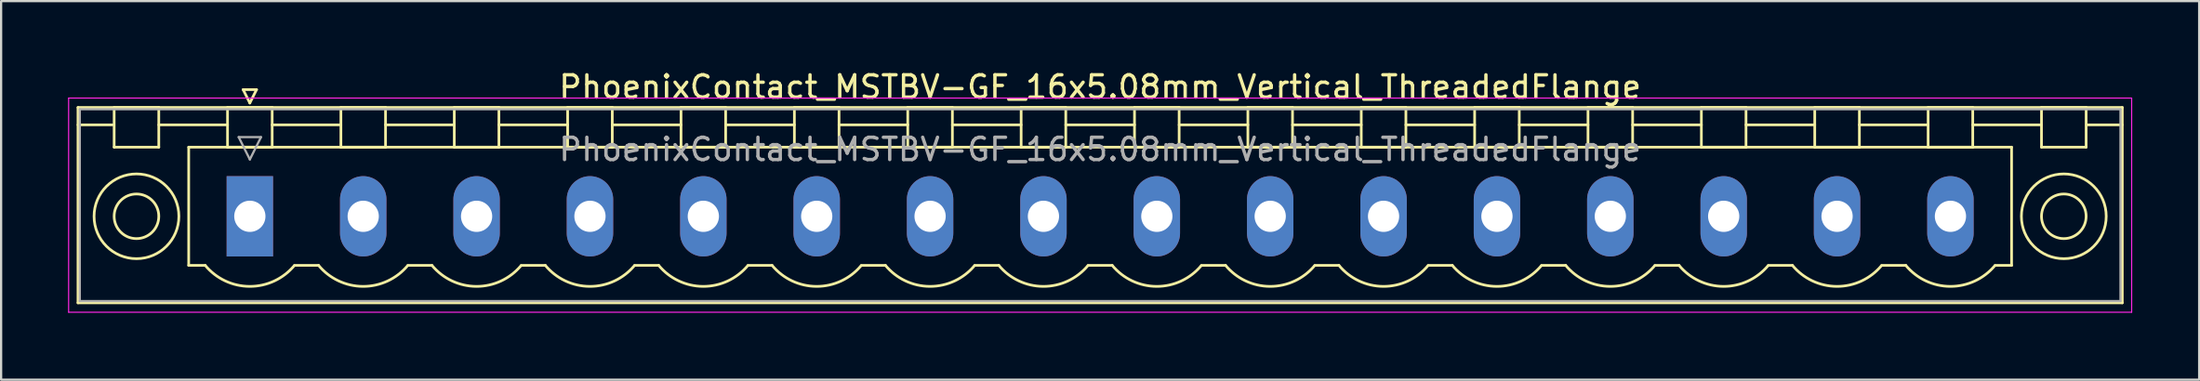
<source format=kicad_pcb>
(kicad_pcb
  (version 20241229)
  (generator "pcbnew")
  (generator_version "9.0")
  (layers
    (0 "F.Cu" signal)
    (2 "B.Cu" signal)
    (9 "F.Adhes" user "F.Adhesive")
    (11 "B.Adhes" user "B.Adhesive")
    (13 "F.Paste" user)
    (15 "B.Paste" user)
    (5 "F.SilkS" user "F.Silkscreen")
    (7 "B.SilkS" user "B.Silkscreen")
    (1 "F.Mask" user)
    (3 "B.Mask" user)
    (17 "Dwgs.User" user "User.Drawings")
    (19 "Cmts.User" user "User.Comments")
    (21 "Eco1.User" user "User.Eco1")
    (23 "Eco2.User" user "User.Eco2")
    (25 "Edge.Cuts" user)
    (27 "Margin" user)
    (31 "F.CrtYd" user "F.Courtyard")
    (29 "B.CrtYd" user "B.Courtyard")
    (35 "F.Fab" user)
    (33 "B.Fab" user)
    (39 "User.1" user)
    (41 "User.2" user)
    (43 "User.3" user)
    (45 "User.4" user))
  (footprint "PhoenixContact_MSTBV-GF_16x5.08mm_Vertical_ThreadedFlange"
    (layer "F.Cu")
    (at 8.145 6.648)
    (property "Reference" "PhoenixContact_MSTBV-GF_16x5.08mm_Vertical_ThreadedFlange" (at 38.1 -5.8 0) (layer "F.SilkS") (effects (font (size 1 1) (thickness 0.15))))
    (attr through_hole)
    (fp_line (start -7.7 -4.88) (end -7.7 3.88) (stroke (width 0.12) (type solid)) (layer "F.SilkS"))
    (fp_line (start -7.7 -4.1) (end -6.16 -4.1) (stroke (width 0.12) (type solid)) (layer "F.SilkS"))
    (fp_line (start -7.7 3.88) (end 83.9 3.88) (stroke (width 0.12) (type solid)) (layer "F.SilkS"))
    (fp_line (start -6.08 -4.88) (end -4.08 -4.88) (stroke (width 0.12) (type solid)) (layer "F.SilkS"))
    (fp_line (start -6.08 -3.1) (end -6.08 -4.88) (stroke (width 0.12) (type solid)) (layer "F.SilkS"))
    (fp_line (start -4.08 -4.88) (end -4.08 -3.1) (stroke (width 0.12) (type solid)) (layer "F.SilkS"))
    (fp_line (start -4.08 -4.1) (end -1 -4.1) (stroke (width 0.12) (type solid)) (layer "F.SilkS"))
    (fp_line (start -4.08 -3.1) (end -6.08 -3.1) (stroke (width 0.12) (type solid)) (layer "F.SilkS"))
    (fp_line (start -2.74 -3.1) (end 78.94 -3.1) (stroke (width 0.12) (type solid)) (layer "F.SilkS"))
    (fp_line (start -2.74 2.2) (end -2.74 -3.1) (stroke (width 0.12) (type solid)) (layer "F.SilkS"))
    (fp_line (start -2 2.2) (end -2.74 2.2) (stroke (width 0.12) (type solid)) (layer "F.SilkS"))
    (fp_line (start -1 -4.88) (end 1 -4.88) (stroke (width 0.12) (type solid)) (layer "F.SilkS"))
    (fp_line (start -1 -3.1) (end -1 -4.88) (stroke (width 0.12) (type solid)) (layer "F.SilkS"))
    (fp_line (start -0.3 -5.68) (end 0.3 -5.68) (stroke (width 0.12) (type solid)) (layer "F.SilkS"))
    (fp_line (start 0 -5.08) (end -0.3 -5.68) (stroke (width 0.12) (type solid)) (layer "F.SilkS"))
    (fp_line (start 0.3 -5.68) (end 0 -5.08) (stroke (width 0.12) (type solid)) (layer "F.SilkS"))
    (fp_line (start 1 -4.88) (end 1 -3.1) (stroke (width 0.12) (type solid)) (layer "F.SilkS"))
    (fp_line (start 1 -4.1) (end 4.08 -4.1) (stroke (width 0.12) (type solid)) (layer "F.SilkS"))
    (fp_line (start 1 -3.1) (end -1 -3.1) (stroke (width 0.12) (type solid)) (layer "F.SilkS"))
    (fp_line (start 2 2.2) (end 3.08 2.2) (stroke (width 0.12) (type solid)) (layer "F.SilkS"))
    (fp_line (start 4.08 -4.88) (end 6.08 -4.88) (stroke (width 0.12) (type solid)) (layer "F.SilkS"))
    (fp_line (start 4.08 -3.1) (end 4.08 -4.88) (stroke (width 0.12) (type solid)) (layer "F.SilkS"))
    (fp_line (start 6.08 -4.88) (end 6.08 -3.1) (stroke (width 0.12) (type solid)) (layer "F.SilkS"))
    (fp_line (start 6.08 -4.1) (end 9.16 -4.1) (stroke (width 0.12) (type solid)) (layer "F.SilkS"))
    (fp_line (start 6.08 -3.1) (end 4.08 -3.1) (stroke (width 0.12) (type solid)) (layer "F.SilkS"))
    (fp_line (start 7.08 2.2) (end 8.16 2.2) (stroke (width 0.12) (type solid)) (layer "F.SilkS"))
    (fp_line (start 9.16 -4.88) (end 11.16 -4.88) (stroke (width 0.12) (type solid)) (layer "F.SilkS"))
    (fp_line (start 9.16 -3.1) (end 9.16 -4.88) (stroke (width 0.12) (type solid)) (layer "F.SilkS"))
    (fp_line (start 11.16 -4.88) (end 11.16 -3.1) (stroke (width 0.12) (type solid)) (layer "F.SilkS"))
    (fp_line (start 11.16 -4.1) (end 14.24 -4.1) (stroke (width 0.12) (type solid)) (layer "F.SilkS"))
    (fp_line (start 11.16 -3.1) (end 9.16 -3.1) (stroke (width 0.12) (type solid)) (layer "F.SilkS"))
    (fp_line (start 12.16 2.2) (end 13.24 2.2) (stroke (width 0.12) (type solid)) (layer "F.SilkS"))
    (fp_line (start 14.24 -4.88) (end 16.24 -4.88) (stroke (width 0.12) (type solid)) (layer "F.SilkS"))
    (fp_line (start 14.24 -3.1) (end 14.24 -4.88) (stroke (width 0.12) (type solid)) (layer "F.SilkS"))
    (fp_line (start 16.24 -4.88) (end 16.24 -3.1) (stroke (width 0.12) (type solid)) (layer "F.SilkS"))
    (fp_line (start 16.24 -4.1) (end 19.32 -4.1) (stroke (width 0.12) (type solid)) (layer "F.SilkS"))
    (fp_line (start 16.24 -3.1) (end 14.24 -3.1) (stroke (width 0.12) (type solid)) (layer "F.SilkS"))
    (fp_line (start 17.24 2.2) (end 18.32 2.2) (stroke (width 0.12) (type solid)) (layer "F.SilkS"))
    (fp_line (start 19.32 -4.88) (end 21.32 -4.88) (stroke (width 0.12) (type solid)) (layer "F.SilkS"))
    (fp_line (start 19.32 -3.1) (end 19.32 -4.88) (stroke (width 0.12) (type solid)) (layer "F.SilkS"))
    (fp_line (start 21.32 -4.88) (end 21.32 -3.1) (stroke (width 0.12) (type solid)) (layer "F.SilkS"))
    (fp_line (start 21.32 -4.1) (end 24.4 -4.1) (stroke (width 0.12) (type solid)) (layer "F.SilkS"))
    (fp_line (start 21.32 -3.1) (end 19.32 -3.1) (stroke (width 0.12) (type solid)) (layer "F.SilkS"))
    (fp_line (start 22.32 2.2) (end 23.4 2.2) (stroke (width 0.12) (type solid)) (layer "F.SilkS"))
    (fp_line (start 24.4 -4.88) (end 26.4 -4.88) (stroke (width 0.12) (type solid)) (layer "F.SilkS"))
    (fp_line (start 24.4 -3.1) (end 24.4 -4.88) (stroke (width 0.12) (type solid)) (layer "F.SilkS"))
    (fp_line (start 26.4 -4.88) (end 26.4 -3.1) (stroke (width 0.12) (type solid)) (layer "F.SilkS"))
    (fp_line (start 26.4 -4.1) (end 29.48 -4.1) (stroke (width 0.12) (type solid)) (layer "F.SilkS"))
    (fp_line (start 26.4 -3.1) (end 24.4 -3.1) (stroke (width 0.12) (type solid)) (layer "F.SilkS"))
    (fp_line (start 27.4 2.2) (end 28.48 2.2) (stroke (width 0.12) (type solid)) (layer "F.SilkS"))
    (fp_line (start 29.48 -4.88) (end 31.48 -4.88) (stroke (width 0.12) (type solid)) (layer "F.SilkS"))
    (fp_line (start 29.48 -3.1) (end 29.48 -4.88) (stroke (width 0.12) (type solid)) (layer "F.SilkS"))
    (fp_line (start 31.48 -4.88) (end 31.48 -3.1) (stroke (width 0.12) (type solid)) (layer "F.SilkS"))
    (fp_line (start 31.48 -4.1) (end 34.56 -4.1) (stroke (width 0.12) (type solid)) (layer "F.SilkS"))
    (fp_line (start 31.48 -3.1) (end 29.48 -3.1) (stroke (width 0.12) (type solid)) (layer "F.SilkS"))
    (fp_line (start 32.48 2.2) (end 33.56 2.2) (stroke (width 0.12) (type solid)) (layer "F.SilkS"))
    (fp_line (start 34.56 -4.88) (end 36.56 -4.88) (stroke (width 0.12) (type solid)) (layer "F.SilkS"))
    (fp_line (start 34.56 -3.1) (end 34.56 -4.88) (stroke (width 0.12) (type solid)) (layer "F.SilkS"))
    (fp_line (start 36.56 -4.88) (end 36.56 -3.1) (stroke (width 0.12) (type solid)) (layer "F.SilkS"))
    (fp_line (start 36.56 -4.1) (end 39.64 -4.1) (stroke (width 0.12) (type solid)) (layer "F.SilkS"))
    (fp_line (start 36.56 -3.1) (end 34.56 -3.1) (stroke (width 0.12) (type solid)) (layer "F.SilkS"))
    (fp_line (start 37.56 2.2) (end 38.64 2.2) (stroke (width 0.12) (type solid)) (layer "F.SilkS"))
    (fp_line (start 39.64 -4.88) (end 41.64 -4.88) (stroke (width 0.12) (type solid)) (layer "F.SilkS"))
    (fp_line (start 39.64 -3.1) (end 39.64 -4.88) (stroke (width 0.12) (type solid)) (layer "F.SilkS"))
    (fp_line (start 41.64 -4.88) (end 41.64 -3.1) (stroke (width 0.12) (type solid)) (layer "F.SilkS"))
    (fp_line (start 41.64 -4.1) (end 44.72 -4.1) (stroke (width 0.12) (type solid)) (layer "F.SilkS"))
    (fp_line (start 41.64 -3.1) (end 39.64 -3.1) (stroke (width 0.12) (type solid)) (layer "F.SilkS"))
    (fp_line (start 42.64 2.2) (end 43.72 2.2) (stroke (width 0.12) (type solid)) (layer "F.SilkS"))
    (fp_line (start 44.72 -4.88) (end 46.72 -4.88) (stroke (width 0.12) (type solid)) (layer "F.SilkS"))
    (fp_line (start 44.72 -3.1) (end 44.72 -4.88) (stroke (width 0.12) (type solid)) (layer "F.SilkS"))
    (fp_line (start 46.72 -4.88) (end 46.72 -3.1) (stroke (width 0.12) (type solid)) (layer "F.SilkS"))
    (fp_line (start 46.72 -4.1) (end 49.8 -4.1) (stroke (width 0.12) (type solid)) (layer "F.SilkS"))
    (fp_line (start 46.72 -3.1) (end 44.72 -3.1) (stroke (width 0.12) (type solid)) (layer "F.SilkS"))
    (fp_line (start 47.72 2.2) (end 48.8 2.2) (stroke (width 0.12) (type solid)) (layer "F.SilkS"))
    (fp_line (start 49.8 -4.88) (end 51.8 -4.88) (stroke (width 0.12) (type solid)) (layer "F.SilkS"))
    (fp_line (start 49.8 -3.1) (end 49.8 -4.88) (stroke (width 0.12) (type solid)) (layer "F.SilkS"))
    (fp_line (start 51.8 -4.88) (end 51.8 -3.1) (stroke (width 0.12) (type solid)) (layer "F.SilkS"))
    (fp_line (start 51.8 -4.1) (end 54.88 -4.1) (stroke (width 0.12) (type solid)) (layer "F.SilkS"))
    (fp_line (start 51.8 -3.1) (end 49.8 -3.1) (stroke (width 0.12) (type solid)) (layer "F.SilkS"))
    (fp_line (start 52.8 2.2) (end 53.88 2.2) (stroke (width 0.12) (type solid)) (layer "F.SilkS"))
    (fp_line (start 54.88 -4.88) (end 56.88 -4.88) (stroke (width 0.12) (type solid)) (layer "F.SilkS"))
    (fp_line (start 54.88 -3.1) (end 54.88 -4.88) (stroke (width 0.12) (type solid)) (layer "F.SilkS"))
    (fp_line (start 56.88 -4.88) (end 56.88 -3.1) (stroke (width 0.12) (type solid)) (layer "F.SilkS"))
    (fp_line (start 56.88 -4.1) (end 59.96 -4.1) (stroke (width 0.12) (type solid)) (layer "F.SilkS"))
    (fp_line (start 56.88 -3.1) (end 54.88 -3.1) (stroke (width 0.12) (type solid)) (layer "F.SilkS"))
    (fp_line (start 57.88 2.2) (end 58.96 2.2) (stroke (width 0.12) (type solid)) (layer "F.SilkS"))
    (fp_line (start 59.96 -4.88) (end 61.96 -4.88) (stroke (width 0.12) (type solid)) (layer "F.SilkS"))
    (fp_line (start 59.96 -3.1) (end 59.96 -4.88) (stroke (width 0.12) (type solid)) (layer "F.SilkS"))
    (fp_line (start 61.96 -4.88) (end 61.96 -3.1) (stroke (width 0.12) (type solid)) (layer "F.SilkS"))
    (fp_line (start 61.96 -4.1) (end 65.04 -4.1) (stroke (width 0.12) (type solid)) (layer "F.SilkS"))
    (fp_line (start 61.96 -3.1) (end 59.96 -3.1) (stroke (width 0.12) (type solid)) (layer "F.SilkS"))
    (fp_line (start 62.96 2.2) (end 64.04 2.2) (stroke (width 0.12) (type solid)) (layer "F.SilkS"))
    (fp_line (start 65.04 -4.88) (end 67.04 -4.88) (stroke (width 0.12) (type solid)) (layer "F.SilkS"))
    (fp_line (start 65.04 -3.1) (end 65.04 -4.88) (stroke (width 0.12) (type solid)) (layer "F.SilkS"))
    (fp_line (start 67.04 -4.88) (end 67.04 -3.1) (stroke (width 0.12) (type solid)) (layer "F.SilkS"))
    (fp_line (start 67.04 -4.1) (end 70.12 -4.1) (stroke (width 0.12) (type solid)) (layer "F.SilkS"))
    (fp_line (start 67.04 -3.1) (end 65.04 -3.1) (stroke (width 0.12) (type solid)) (layer "F.SilkS"))
    (fp_line (start 68.04 2.2) (end 69.12 2.2) (stroke (width 0.12) (type solid)) (layer "F.SilkS"))
    (fp_line (start 70.12 -4.88) (end 72.12 -4.88) (stroke (width 0.12) (type solid)) (layer "F.SilkS"))
    (fp_line (start 70.12 -3.1) (end 70.12 -4.88) (stroke (width 0.12) (type solid)) (layer "F.SilkS"))
    (fp_line (start 72.12 -4.88) (end 72.12 -3.1) (stroke (width 0.12) (type solid)) (layer "F.SilkS"))
    (fp_line (start 72.12 -4.1) (end 75.2 -4.1) (stroke (width 0.12) (type solid)) (layer "F.SilkS"))
    (fp_line (start 72.12 -3.1) (end 70.12 -3.1) (stroke (width 0.12) (type solid)) (layer "F.SilkS"))
    (fp_line (start 73.12 2.2) (end 74.2 2.2) (stroke (width 0.12) (type solid)) (layer "F.SilkS"))
    (fp_line (start 75.2 -4.88) (end 77.2 -4.88) (stroke (width 0.12) (type solid)) (layer "F.SilkS"))
    (fp_line (start 75.2 -3.1) (end 75.2 -4.88) (stroke (width 0.12) (type solid)) (layer "F.SilkS"))
    (fp_line (start 77.2 -4.88) (end 77.2 -3.1) (stroke (width 0.12) (type solid)) (layer "F.SilkS"))
    (fp_line (start 77.2 -4.1) (end 80.28 -4.1) (stroke (width 0.12) (type solid)) (layer "F.SilkS"))
    (fp_line (start 77.2 -3.1) (end 75.2 -3.1) (stroke (width 0.12) (type solid)) (layer "F.SilkS"))
    (fp_line (start 78.94 -3.1) (end 78.94 2.2) (stroke (width 0.12) (type solid)) (layer "F.SilkS"))
    (fp_line (start 78.94 2.2) (end 78.2 2.2) (stroke (width 0.12) (type solid)) (layer "F.SilkS"))
    (fp_line (start 80.28 -4.88) (end 82.28 -4.88) (stroke (width 0.12) (type solid)) (layer "F.SilkS"))
    (fp_line (start 80.28 -3.1) (end 80.28 -4.88) (stroke (width 0.12) (type solid)) (layer "F.SilkS"))
    (fp_line (start 82.28 -4.88) (end 82.28 -3.1) (stroke (width 0.12) (type solid)) (layer "F.SilkS"))
    (fp_line (start 82.28 -3.1) (end 80.28 -3.1) (stroke (width 0.12) (type solid)) (layer "F.SilkS"))
    (fp_line (start 83.9 -4.88) (end -7.7 -4.88) (stroke (width 0.12) (type solid)) (layer "F.SilkS"))
    (fp_line (start 83.9 -4.1) (end 82.36 -4.1) (stroke (width 0.12) (type solid)) (layer "F.SilkS"))
    (fp_line (start 83.9 3.88) (end 83.9 -4.88) (stroke (width 0.12) (type solid)) (layer "F.SilkS"))
    (fp_arc (start 1.986842 2.215821) (mid -0.010289 3.142758) (end -2 2.2) (stroke (width 0.12) (type solid)) (layer "F.SilkS"))
    (fp_arc (start 7.066842 2.215821) (mid 5.069711 3.142758) (end 3.08 2.2) (stroke (width 0.12) (type solid)) (layer "F.SilkS"))
    (fp_arc (start 12.146842 2.215821) (mid 10.149711 3.142758) (end 8.16 2.2) (stroke (width 0.12) (type solid)) (layer "F.SilkS"))
    (fp_arc (start 17.226842 2.215821) (mid 15.229711 3.142758) (end 13.24 2.2) (stroke (width 0.12) (type solid)) (layer "F.SilkS"))
    (fp_arc (start 22.306842 2.215821) (mid 20.309711 3.142758) (end 18.32 2.2) (stroke (width 0.12) (type solid)) (layer "F.SilkS"))
    (fp_arc (start 27.386842 2.215821) (mid 25.389711 3.142758) (end 23.4 2.2) (stroke (width 0.12) (type solid)) (layer "F.SilkS"))
    (fp_arc (start 32.466842 2.215821) (mid 30.469711 3.142758) (end 28.48 2.2) (stroke (width 0.12) (type solid)) (layer "F.SilkS"))
    (fp_arc (start 37.546842 2.215821) (mid 35.549711 3.142758) (end 33.56 2.2) (stroke (width 0.12) (type solid)) (layer "F.SilkS"))
    (fp_arc (start 42.626842 2.215821) (mid 40.629711 3.142758) (end 38.64 2.2) (stroke (width 0.12) (type solid)) (layer "F.SilkS"))
    (fp_arc (start 47.706842 2.215821) (mid 45.709711 3.142758) (end 43.72 2.2) (stroke (width 0.12) (type solid)) (layer "F.SilkS"))
    (fp_arc (start 52.786842 2.215821) (mid 50.789711 3.142758) (end 48.8 2.2) (stroke (width 0.12) (type solid)) (layer "F.SilkS"))
    (fp_arc (start 57.866842 2.215821) (mid 55.869711 3.142758) (end 53.88 2.2) (stroke (width 0.12) (type solid)) (layer "F.SilkS"))
    (fp_arc (start 62.946842 2.215821) (mid 60.949711 3.142758) (end 58.96 2.2) (stroke (width 0.12) (type solid)) (layer "F.SilkS"))
    (fp_arc (start 68.026842 2.215821) (mid 66.029711 3.142758) (end 64.04 2.2) (stroke (width 0.12) (type solid)) (layer "F.SilkS"))
    (fp_arc (start 73.106842 2.215821) (mid 71.109711 3.142758) (end 69.12 2.2) (stroke (width 0.12) (type solid)) (layer "F.SilkS"))
    (fp_arc (start 78.186842 2.215821) (mid 76.189711 3.142758) (end 74.2 2.2) (stroke (width 0.12) (type solid)) (layer "F.SilkS"))
    (fp_circle (center -5.08 0) (end -4.08 0) (stroke (width 0.12) (type solid)) (fill no) (layer "F.SilkS"))
    (fp_circle (center -5.08 0) (end -3.18 0) (stroke (width 0.12) (type solid)) (fill no) (layer "F.SilkS"))
    (fp_circle (center 81.28 0) (end 82.28 0) (stroke (width 0.12) (type solid)) (fill no) (layer "F.SilkS"))
    (fp_circle (center 81.28 0) (end 83.18 0) (stroke (width 0.12) (type solid)) (fill no) (layer "F.SilkS"))
    (fp_line (start -8.12 -5.3) (end -8.12 4.3) (stroke (width 0.05) (type solid)) (layer "F.CrtYd"))
    (fp_line (start -8.12 4.3) (end 84.32 4.3) (stroke (width 0.05) (type solid)) (layer "F.CrtYd"))
    (fp_line (start 84.32 -5.3) (end -8.12 -5.3) (stroke (width 0.05) (type solid)) (layer "F.CrtYd"))
    (fp_line (start 84.32 4.3) (end 84.32 -5.3) (stroke (width 0.05) (type solid)) (layer "F.CrtYd"))
    (fp_line (start -7.62 -4.8) (end -7.62 3.8) (stroke (width 0.1) (type solid)) (layer "F.Fab"))
    (fp_line (start -7.62 3.8) (end 83.82 3.8) (stroke (width 0.1) (type solid)) (layer "F.Fab"))
    (fp_line (start -0.5 -3.55) (end 0.5 -3.55) (stroke (width 0.1) (type solid)) (layer "F.Fab"))
    (fp_line (start 0 -2.55) (end -0.5 -3.55) (stroke (width 0.1) (type solid)) (layer "F.Fab"))
    (fp_line (start 0.5 -3.55) (end 0 -2.55) (stroke (width 0.1) (type solid)) (layer "F.Fab"))
    (fp_line (start 83.82 -4.8) (end -7.62 -4.8) (stroke (width 0.1) (type solid)) (layer "F.Fab"))
    (fp_line (start 83.82 3.8) (end 83.82 -4.8) (stroke (width 0.1) (type solid)) (layer "F.Fab"))
    (fp_text user "${REFERENCE}" (at 38.1 -3 0) (layer "F.Fab") (effects (font (size 1 1) (thickness 0.15))))
    (pad "1" thru_hole rect (at 0 0) (size 2.08 3.6) (drill 1.4) (layers "*.Cu" "*.Mask"))
    (pad "2" thru_hole oval (at 5.08 0) (size 2.08 3.6) (drill 1.4) (layers "*.Cu" "*.Mask"))
    (pad "3" thru_hole oval (at 10.16 0) (size 2.08 3.6) (drill 1.4) (layers "*.Cu" "*.Mask"))
    (pad "4" thru_hole oval (at 15.24 0) (size 2.08 3.6) (drill 1.4) (layers "*.Cu" "*.Mask"))
    (pad "5" thru_hole oval (at 20.32 0) (size 2.08 3.6) (drill 1.4) (layers "*.Cu" "*.Mask"))
    (pad "6" thru_hole oval (at 25.4 0) (size 2.08 3.6) (drill 1.4) (layers "*.Cu" "*.Mask"))
    (pad "7" thru_hole oval (at 30.48 0) (size 2.08 3.6) (drill 1.4) (layers "*.Cu" "*.Mask"))
    (pad "8" thru_hole oval (at 35.56 0) (size 2.08 3.6) (drill 1.4) (layers "*.Cu" "*.Mask"))
    (pad "9" thru_hole oval (at 40.64 0) (size 2.08 3.6) (drill 1.4) (layers "*.Cu" "*.Mask"))
    (pad "10" thru_hole oval (at 45.72 0) (size 2.08 3.6) (drill 1.4) (layers "*.Cu" "*.Mask"))
    (pad "11" thru_hole oval (at 50.8 0) (size 2.08 3.6) (drill 1.4) (layers "*.Cu" "*.Mask"))
    (pad "12" thru_hole oval (at 55.88 0) (size 2.08 3.6) (drill 1.4) (layers "*.Cu" "*.Mask"))
    (pad "13" thru_hole oval (at 60.96 0) (size 2.08 3.6) (drill 1.4) (layers "*.Cu" "*.Mask"))
    (pad "14" thru_hole oval (at 66.04 0) (size 2.08 3.6) (drill 1.4) (layers "*.Cu" "*.Mask"))
    (pad "15" thru_hole oval (at 71.12 0) (size 2.08 3.6) (drill 1.4) (layers "*.Cu" "*.Mask"))
    (pad "16" thru_hole oval (at 76.2 0) (size 2.08 3.6) (drill 1.4) (layers "*.Cu" "*.Mask")))
  (gr_rect
    (start -3 -3)
    (end 95.49 13.973)
    (stroke (width 0.1) (type default))
    (fill no)
    (layer "Edge.Cuts")))
</source>
